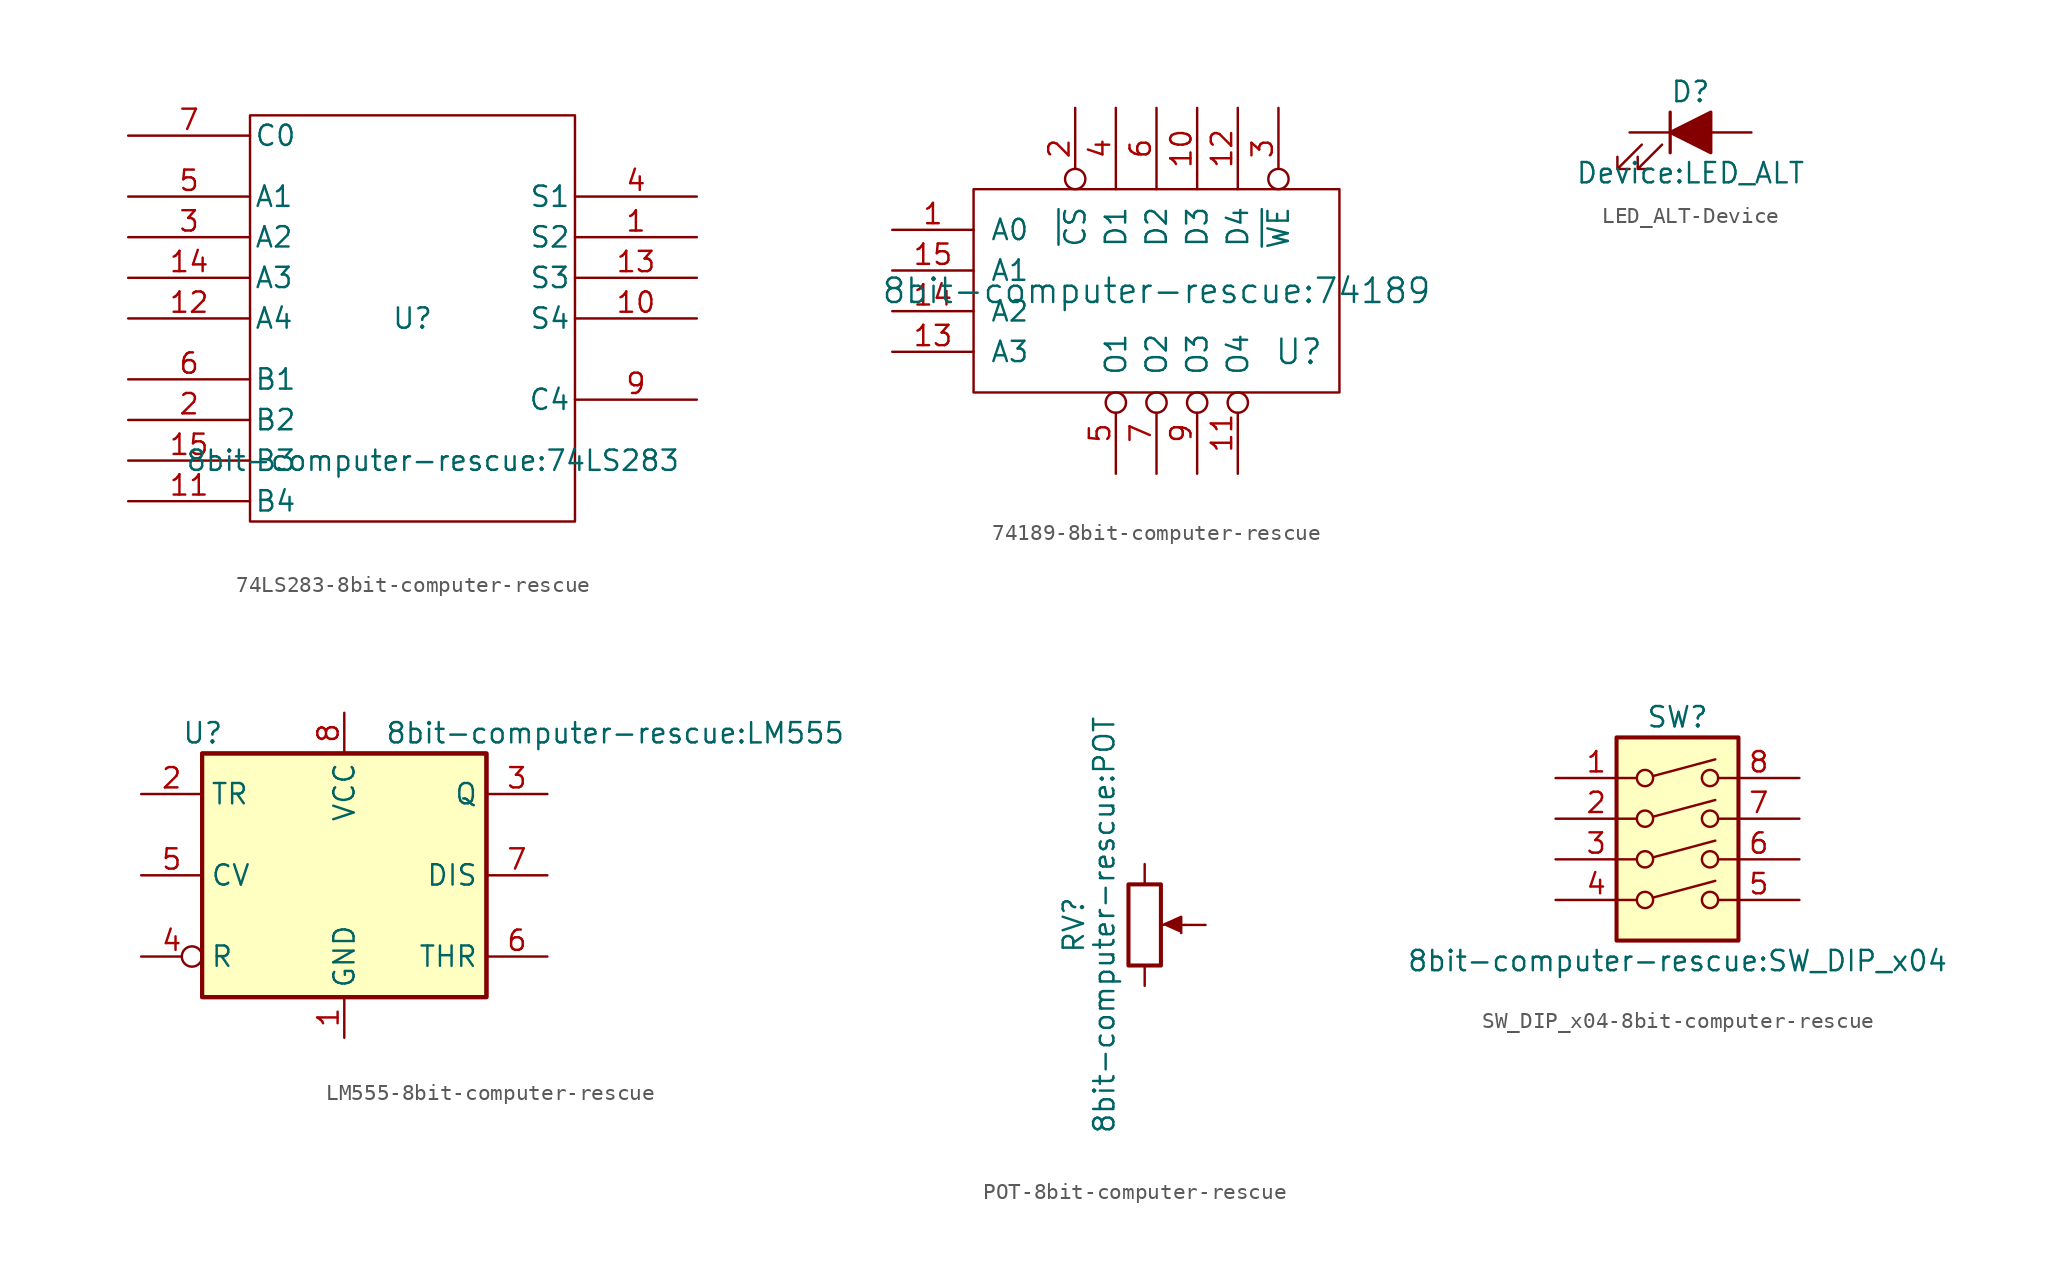
<source format=kicad_sym>
(kicad_symbol_lib
  (version 20220914)
  (generator kicad_symbol_editor)
  (symbol "74LS283-8bit-computer-rescue"
    (pin_names
      (offset 0.254))
    (property "Reference" "U"
      (at 0 0 0)
      (effects (font (size 1.27 1.27))))
    (property "Value" "8bit-computer-rescue:74LS283"
      (at 1.27 -8.89 0)
      (effects (font (size 1.27 1.27))))
    (symbol "74LS283-8bit-computer-rescue_0_0"
      (pin power_in line (at -7.62 12.7 90) (length 0) hide (name "VCC" (effects (font (size 0.762 0.762)))) (number "16" (effects (font (size 0.762 0.762)))))
      (pin power_in line (at -7.62 -12.7 90) (length 0) hide (name "GND" (effects (font (size 0.762 0.762)))) (number "8" (effects (font (size 0.762 0.762))))))
    (symbol "74LS283-8bit-computer-rescue_0_1"
      (rectangle (start -10.16 12.7) (end 10.16 -12.7) (stroke (width 0) (type solid)) (fill (type none))))
    (symbol "74LS283-8bit-computer-rescue_1_1"
      (pin output line (at 17.78 5.08 180) (length 7.62) (name "S2" (effects (font (size 1.27 1.27)))) (number "1" (effects (font (size 1.27 1.27)))))
      (pin output line (at 17.78 0 180) (length 7.62) (name "S4" (effects (font (size 1.27 1.27)))) (number "10" (effects (font (size 1.27 1.27)))))
      (pin input line (at -17.78 -11.43 0) (length 7.62) (name "B4" (effects (font (size 1.27 1.27)))) (number "11" (effects (font (size 1.27 1.27)))))
      (pin input line (at -17.78 0 0) (length 7.62) (name "A4" (effects (font (size 1.27 1.27)))) (number "12" (effects (font (size 1.27 1.27)))))
      (pin output line (at 17.78 2.54 180) (length 7.62) (name "S3" (effects (font (size 1.27 1.27)))) (number "13" (effects (font (size 1.27 1.27)))))
      (pin input line (at -17.78 2.54 0) (length 7.62) (name "A3" (effects (font (size 1.27 1.27)))) (number "14" (effects (font (size 1.27 1.27)))))
      (pin input line (at -17.78 -8.89 0) (length 7.62) (name "B3" (effects (font (size 1.27 1.27)))) (number "15" (effects (font (size 1.27 1.27)))))
      (pin input line (at -17.78 -6.35 0) (length 7.62) (name "B2" (effects (font (size 1.27 1.27)))) (number "2" (effects (font (size 1.27 1.27)))))
      (pin input line (at -17.78 5.08 0) (length 7.62) (name "A2" (effects (font (size 1.27 1.27)))) (number "3" (effects (font (size 1.27 1.27)))))
      (pin output line (at 17.78 7.62 180) (length 7.62) (name "S1" (effects (font (size 1.27 1.27)))) (number "4" (effects (font (size 1.27 1.27)))))
      (pin input line (at -17.78 7.62 0) (length 7.62) (name "A1" (effects (font (size 1.27 1.27)))) (number "5" (effects (font (size 1.27 1.27)))))
      (pin input line (at -17.78 -3.81 0) (length 7.62) (name "B1" (effects (font (size 1.27 1.27)))) (number "6" (effects (font (size 1.27 1.27)))))
      (pin input line (at -17.78 11.43 0) (length 7.62) (name "C0" (effects (font (size 1.27 1.27)))) (number "7" (effects (font (size 1.27 1.27)))))
      (pin output line (at 17.78 -5.08 180) (length 7.62) (name "C4" (effects (font (size 1.27 1.27)))) (number "9" (effects (font (size 1.27 1.27)))))))
  (symbol "74189-8bit-computer-rescue"
    (pin_names
      (offset 1.016))
    (property "Reference" "U"
      (at 8.89 -3.81 0)
      (effects (font (size 1.524 1.524))))
    (property "Value" "8bit-computer-rescue:74189"
      (at 0 0 0)
      (effects (font (size 1.524 1.524))))
    (symbol "74189-8bit-computer-rescue_0_1"
      (rectangle (start -11.43 6.35) (end 11.43 -6.35) (stroke (width 0) (type solid)) (fill (type none))))
    (symbol "74189-8bit-computer-rescue_1_1"
      (pin input line (at -16.51 3.81 0) (length 5.08) (name "A0" (effects (font (size 1.27 1.27)))) (number "1" (effects (font (size 1.27 1.27)))))
      (pin input line (at 2.54 11.43 270) (length 5.08) (name "D3" (effects (font (size 1.27 1.27)))) (number "10" (effects (font (size 1.27 1.27)))))
      (pin output inverted (at 5.08 -11.43 90) (length 5.08) (name "O4" (effects (font (size 1.27 1.27)))) (number "11" (effects (font (size 1.27 1.27)))))
      (pin input line (at 5.08 11.43 270) (length 5.08) (name "D4" (effects (font (size 1.27 1.27)))) (number "12" (effects (font (size 1.27 1.27)))))
      (pin input line (at -16.51 -3.81 0) (length 5.08) (name "A3" (effects (font (size 1.27 1.27)))) (number "13" (effects (font (size 1.27 1.27)))))
      (pin input line (at -16.51 -1.27 0) (length 5.08) (name "A2" (effects (font (size 1.27 1.27)))) (number "14" (effects (font (size 1.27 1.27)))))
      (pin input line (at -16.51 1.27 0) (length 5.08) (name "A1" (effects (font (size 1.27 1.27)))) (number "15" (effects (font (size 1.27 1.27)))))
      (pin power_in line (at 10.16 11.43 270) (length 5.08) hide (name "VCC" (effects (font (size 1.27 1.27)))) (number "16" (effects (font (size 1.27 1.27)))))
      (pin input inverted (at -5.08 11.43 270) (length 5.08) (name "~{CS}" (effects (font (size 1.27 1.27)))) (number "2" (effects (font (size 1.27 1.27)))))
      (pin input inverted (at 7.62 11.43 270) (length 5.08) (name "~{WE}" (effects (font (size 1.27 1.27)))) (number "3" (effects (font (size 1.27 1.27)))))
      (pin input line (at -2.54 11.43 270) (length 5.08) (name "D1" (effects (font (size 1.27 1.27)))) (number "4" (effects (font (size 1.27 1.27)))))
      (pin output inverted (at -2.54 -11.43 90) (length 5.08) (name "O1" (effects (font (size 1.27 1.27)))) (number "5" (effects (font (size 1.27 1.27)))))
      (pin input line (at 0 11.43 270) (length 5.08) (name "D2" (effects (font (size 1.27 1.27)))) (number "6" (effects (font (size 1.27 1.27)))))
      (pin output inverted (at 0 -11.43 90) (length 5.08) (name "O2" (effects (font (size 1.27 1.27)))) (number "7" (effects (font (size 1.27 1.27)))))
      (pin power_in line (at 10.16 -11.43 90) (length 5.08) hide (name "GND" (effects (font (size 1.27 1.27)))) (number "8" (effects (font (size 1.27 1.27)))))
      (pin output inverted (at 2.54 -11.43 90) (length 5.08) (name "O3" (effects (font (size 1.27 1.27)))) (number "9" (effects (font (size 1.27 1.27)))))))
  (symbol "LED_ALT-Device"
    (pin_numbers hide)
    (pin_names
      (offset 1.016) hide)
    (property "Reference" "D"
      (at 0 2.54 0)
      (effects (font (size 1.27 1.27))))
    (property "Value" "Device:LED_ALT"
      (at 0 -2.54 0)
      (effects (font (size 1.27 1.27))))
    (symbol "LED_ALT-Device_0_1"
      (polyline (pts (xy -1.27 -1.27) (xy -1.27 1.27)) (stroke (width 0.203) (type solid)) (fill (type none)))
      (polyline (pts (xy -1.27 0) (xy 1.27 0)) (stroke (width 0) (type solid)) (fill (type none)))
      (polyline (pts (xy 1.27 -1.27) (xy 1.27 1.27) (xy -1.27 0) (xy 1.27 -1.27)) (stroke (width 0.203) (type solid)) (fill (type outline)))
      (polyline (pts (xy -3.048 -0.762) (xy -4.572 -2.286) (xy -3.81 -2.286) (xy -4.572 -2.286) (xy -4.572 -1.524)) (stroke (width 0) (type solid)) (fill (type none)))
      (polyline (pts (xy -1.778 -0.762) (xy -3.302 -2.286) (xy -2.54 -2.286) (xy -3.302 -2.286) (xy -3.302 -1.524)) (stroke (width 0) (type solid)) (fill (type none))))
    (symbol "LED_ALT-Device_1_1"
      (pin passive line (at -3.81 0 0) (length 2.54) (name "K" (effects (font (size 1.27 1.27)))) (number "1" (effects (font (size 1.27 1.27)))))
      (pin passive line (at 3.81 0 180) (length 2.54) (name "A" (effects (font (size 1.27 1.27)))) (number "2" (effects (font (size 1.27 1.27)))))))
  (symbol "LM555-8bit-computer-rescue"
    (property "Reference" "U"
      (at -10.16 8.89 0)
      (effects (font (size 1.27 1.27)) (justify left)))
    (property "Value" "8bit-computer-rescue:LM555"
      (at 2.54 8.89 0)
      (effects (font (size 1.27 1.27)) (justify left)))
    (symbol "LM555-8bit-computer-rescue_0_0"
      (pin power_in line (at 0 -10.16 90) (length 2.54) (name "GND" (effects (font (size 1.27 1.27)))) (number "1" (effects (font (size 1.27 1.27)))))
      (pin power_in line (at 0 10.16 270) (length 2.54) (name "VCC" (effects (font (size 1.27 1.27)))) (number "8" (effects (font (size 1.27 1.27))))))
    (symbol "LM555-8bit-computer-rescue_0_1"
      (rectangle (start -8.89 -7.62) (end 8.89 7.62) (stroke (width 0.254) (type solid)) (fill (type background)))
      (rectangle (start -8.89 -7.62) (end 8.89 7.62) (stroke (width 0.254) (type solid)) (fill (type background))))
    (symbol "LM555-8bit-computer-rescue_1_1"
      (pin input line (at -12.7 5.08 0) (length 3.81) (name "TR" (effects (font (size 1.27 1.27)))) (number "2" (effects (font (size 1.27 1.27)))))
      (pin output line (at 12.7 5.08 180) (length 3.81) (name "Q" (effects (font (size 1.27 1.27)))) (number "3" (effects (font (size 1.27 1.27)))))
      (pin input inverted (at -12.7 -5.08 0) (length 3.81) (name "R" (effects (font (size 1.27 1.27)))) (number "4" (effects (font (size 1.27 1.27)))))
      (pin input line (at -12.7 0 0) (length 3.81) (name "CV" (effects (font (size 1.27 1.27)))) (number "5" (effects (font (size 1.27 1.27)))))
      (pin input line (at 12.7 -5.08 180) (length 3.81) (name "THR" (effects (font (size 1.27 1.27)))) (number "6" (effects (font (size 1.27 1.27)))))
      (pin input line (at 12.7 0 180) (length 3.81) (name "DIS" (effects (font (size 1.27 1.27)))) (number "7" (effects (font (size 1.27 1.27)))))))
  (symbol "POT-8bit-computer-rescue"
    (pin_numbers hide)
    (pin_names
      (offset 1.016) hide)
    (property "Reference" "RV"
      (at -4.445 0 90)
      (effects (font (size 1.27 1.27))))
    (property "Value" "8bit-computer-rescue:POT"
      (at -2.54 0 90)
      (effects (font (size 1.27 1.27))))
    (symbol "POT-8bit-computer-rescue_0_1"
      (polyline (pts (xy 2.54 0) (xy 1.524 0)) (stroke (width 0) (type solid)) (fill (type none)))
      (polyline (pts (xy 1.143 0) (xy 2.286 0.508) (xy 2.286 -0.508)) (stroke (width 0) (type solid)) (fill (type outline)))
      (rectangle (start 1.016 2.54) (end -1.016 -2.54) (stroke (width 0.254) (type solid)) (fill (type none))))
    (symbol "POT-8bit-computer-rescue_1_1"
      (pin passive line (at 0 3.81 270) (length 1.27) (name "1" (effects (font (size 1.27 1.27)))) (number "1" (effects (font (size 1.27 1.27)))))
      (pin passive line (at 3.81 0 180) (length 1.27) (name "2" (effects (font (size 1.27 1.27)))) (number "2" (effects (font (size 1.27 1.27)))))
      (pin passive line (at 0 -3.81 90) (length 1.27) (name "3" (effects (font (size 1.27 1.27)))) (number "3" (effects (font (size 1.27 1.27)))))))
  (symbol "SW_DIP_x04-8bit-computer-rescue"
    (pin_names
      (offset 0) hide)
    (property "Reference" "SW"
      (at 0 8.89 0)
      (effects (font (size 1.27 1.27))))
    (property "Value" "8bit-computer-rescue:SW_DIP_x04"
      (at 0 -6.35 0)
      (effects (font (size 1.27 1.27))))
    (symbol "SW_DIP_x04-8bit-computer-rescue_0_0"
      (circle (center -2.032 -2.54) (radius 0.508) (stroke (width 0) (type solid)) (fill (type none)))
      (circle (center -2.032 0) (radius 0.508) (stroke (width 0) (type solid)) (fill (type none)))
      (circle (center -2.032 2.54) (radius 0.508) (stroke (width 0) (type solid)) (fill (type none)))
      (circle (center -2.032 5.08) (radius 0.508) (stroke (width 0) (type solid)) (fill (type none)))
      (polyline (pts (xy -1.524 -2.388) (xy 2.362 -1.346)) (stroke (width 0) (type solid)) (fill (type none)))
      (polyline (pts (xy -1.524 0.127) (xy 2.362 1.168)) (stroke (width 0) (type solid)) (fill (type none)))
      (polyline (pts (xy -1.524 2.667) (xy 2.362 3.708)) (stroke (width 0) (type solid)) (fill (type none)))
      (polyline (pts (xy -1.524 5.207) (xy 2.362 6.248)) (stroke (width 0) (type solid)) (fill (type none)))
      (circle (center 2.032 -2.54) (radius 0.508) (stroke (width 0) (type solid)) (fill (type none)))
      (circle (center 2.032 0) (radius 0.508) (stroke (width 0) (type solid)) (fill (type none)))
      (circle (center 2.032 2.54) (radius 0.508) (stroke (width 0) (type solid)) (fill (type none)))
      (circle (center 2.032 5.08) (radius 0.508) (stroke (width 0) (type solid)) (fill (type none))))
    (symbol "SW_DIP_x04-8bit-computer-rescue_0_1"
      (rectangle (start -3.81 7.62) (end 3.81 -5.08) (stroke (width 0.254) (type solid)) (fill (type background))))
    (symbol "SW_DIP_x04-8bit-computer-rescue_1_1"
      (pin passive line (at -7.62 5.08 0) (length 5.08) (name "~" (effects (font (size 1.27 1.27)))) (number "1" (effects (font (size 1.27 1.27)))))
      (pin passive line (at -7.62 2.54 0) (length 5.08) (name "~" (effects (font (size 1.27 1.27)))) (number "2" (effects (font (size 1.27 1.27)))))
      (pin passive line (at -7.62 0 0) (length 5.08) (name "~" (effects (font (size 1.27 1.27)))) (number "3" (effects (font (size 1.27 1.27)))))
      (pin passive line (at -7.62 -2.54 0) (length 5.08) (name "~" (effects (font (size 1.27 1.27)))) (number "4" (effects (font (size 1.27 1.27)))))
      (pin passive line (at 7.62 -2.54 180) (length 5.08) (name "~" (effects (font (size 1.27 1.27)))) (number "5" (effects (font (size 1.27 1.27)))))
      (pin passive line (at 7.62 0 180) (length 5.08) (name "~" (effects (font (size 1.27 1.27)))) (number "6" (effects (font (size 1.27 1.27)))))
      (pin passive line (at 7.62 2.54 180) (length 5.08) (name "~" (effects (font (size 1.27 1.27)))) (number "7" (effects (font (size 1.27 1.27)))))
      (pin passive line (at 7.62 5.08 180) (length 5.08) (name "~" (effects (font (size 1.27 1.27)))) (number "8" (effects (font (size 1.27 1.27))))))))
</source>
